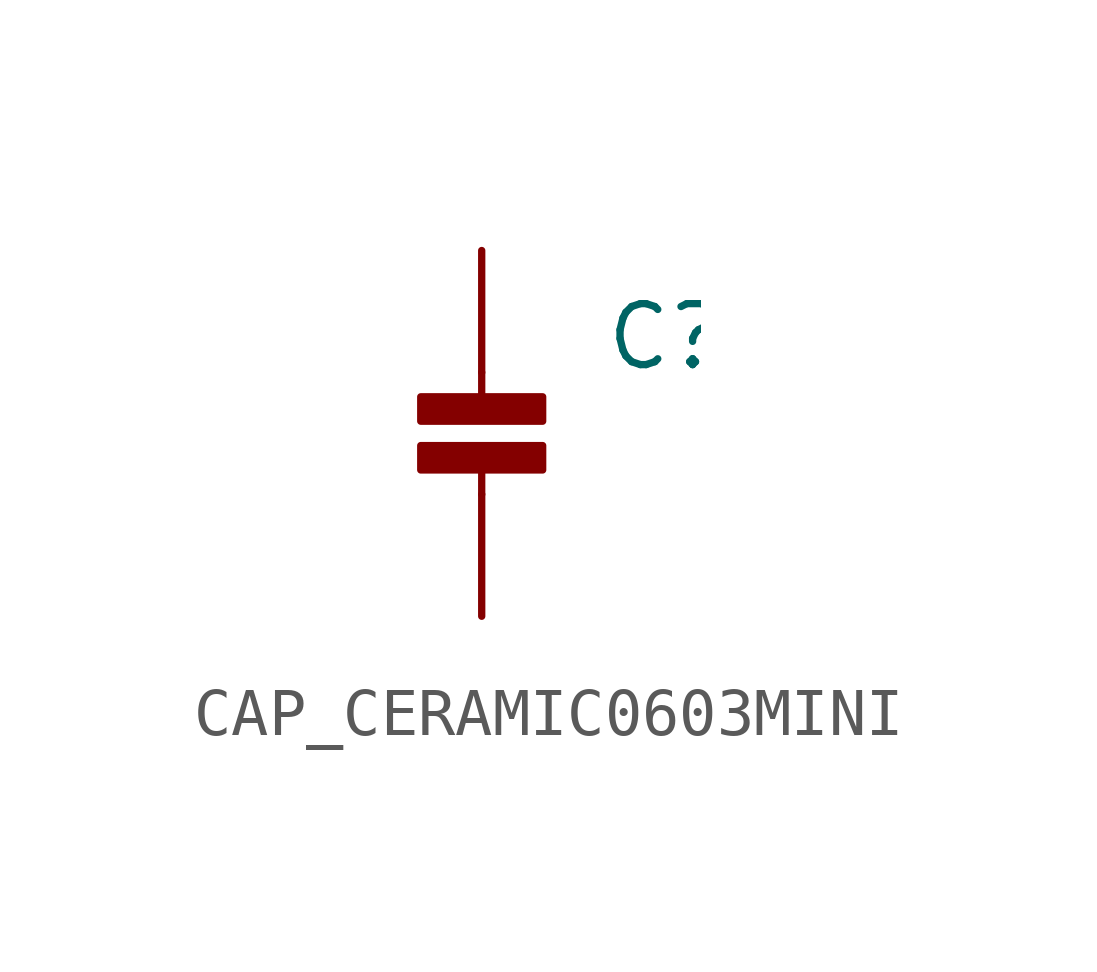
<source format=kicad_sym>
(kicad_symbol_lib
  (version 20220914)
  (generator kicad_symbol_editor)
  (symbol "CAP_CERAMIC0603MINI"
    (property "Reference" "C"
      (at 2.54 2.54 0)
      (effects (font (size 1.27 1.27)) (justify left bottom)))
    (property "Value" ""
      (at 2.54 0 0)
      (effects (font (size 1.27 1.27)) (justify left bottom)))
    (property "ki_locked" ""
      (at 0 0 0)
      (effects (font (size 1.27 1.27))))
    (symbol "CAP_CERAMIC0603MINI_1_0"
      (rectangle (start -1.27 0.508) (end 1.27 1.016) (stroke (width 0) (type default)) (fill (type outline)))
      (rectangle (start -1.27 1.524) (end 1.27 2.032) (stroke (width 0) (type default)) (fill (type outline)))
      (polyline (pts (xy 0 0.762) (xy 0 0)) (stroke (width 0.152) (type solid)) (fill (type none)))
      (polyline (pts (xy 0 2.54) (xy 0 1.778)) (stroke (width 0.152) (type solid)) (fill (type none)))
      (pin passive line (at 0 5.08 270) (length 2.54) (name "P$1" (effects (font (size 0 0)))) (number "1" (effects (font (size 0 0)))))
      (pin passive line (at 0 -2.54 90) (length 2.54) (name "P$2" (effects (font (size 0 0)))) (number "2" (effects (font (size 0 0))))))))
</source>
